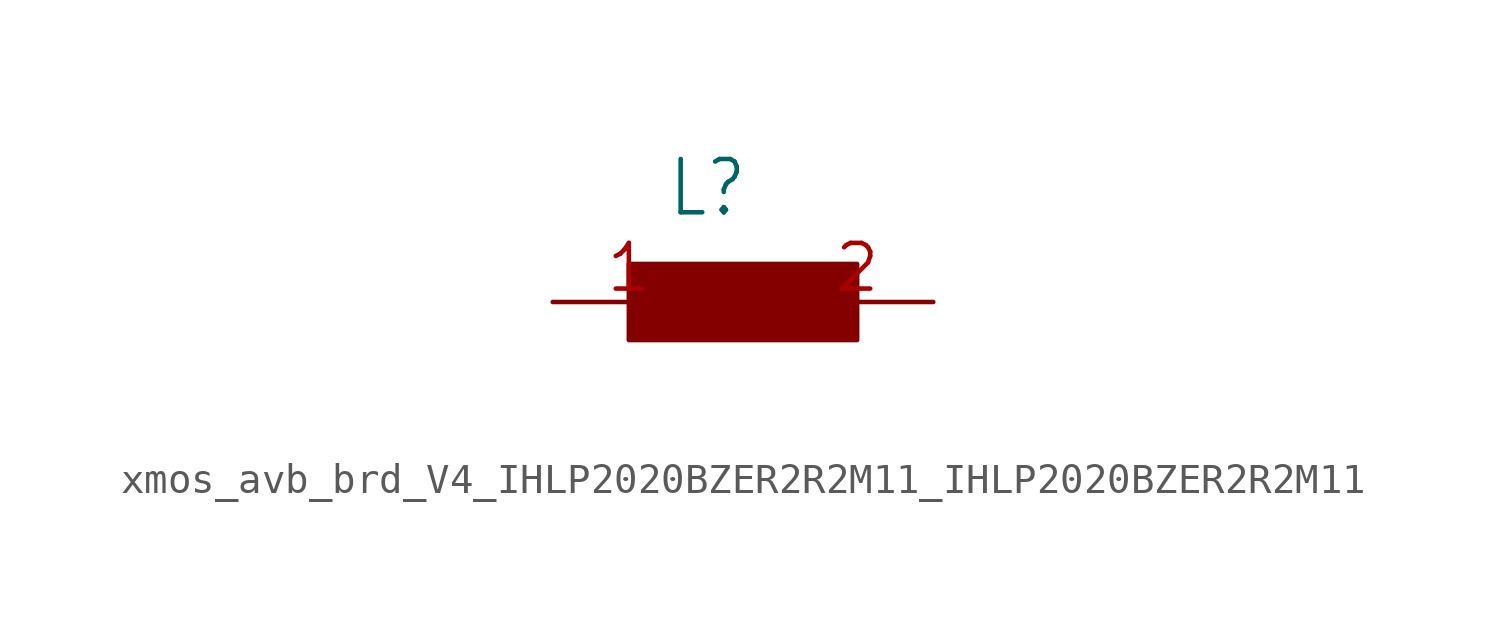
<source format=kicad_sym>
(kicad_symbol_lib
  (version 20241209)
  (generator "kicad_symbol_editor")
  (generator_version "9.0")
  (symbol "xmos_avb_brd_V4_IHLP2020BZER2R2M11_IHLP2020BZER2R2M11"
    (property "Reference" "L"
      (at 3.81 3.81 0)
      (effects (font (size 1.778 1.511)) (justify left)))
    (property "Value" ""
      (at 3.81 -3.81 0)
      (effects (font (size 1.778 1.511)) (justify left)))
    (property "ki_locked" ""
      (at 0 0 0)
      (effects (font (size 1.27 1.27))))
    (symbol "xmos_avb_brd_V4_IHLP2020BZER2R2M11_IHLP2020BZER2R2M11_1_0"
      (rectangle (start 2.54 -1.27) (end 10.16 1.27) (stroke (width 0) (type default)) (fill (type outline)))
      (pin bidirectional line (at 0 0 0) (length 5.08) (name "1" (effects (font (size 0 0)))) (number "1" (effects (font (size 1.524 1.524)))))
      (pin bidirectional line (at 12.7 0 180) (length 5.08) (name "2" (effects (font (size 0 0)))) (number "2" (effects (font (size 1.524 1.524))))))))
</source>
